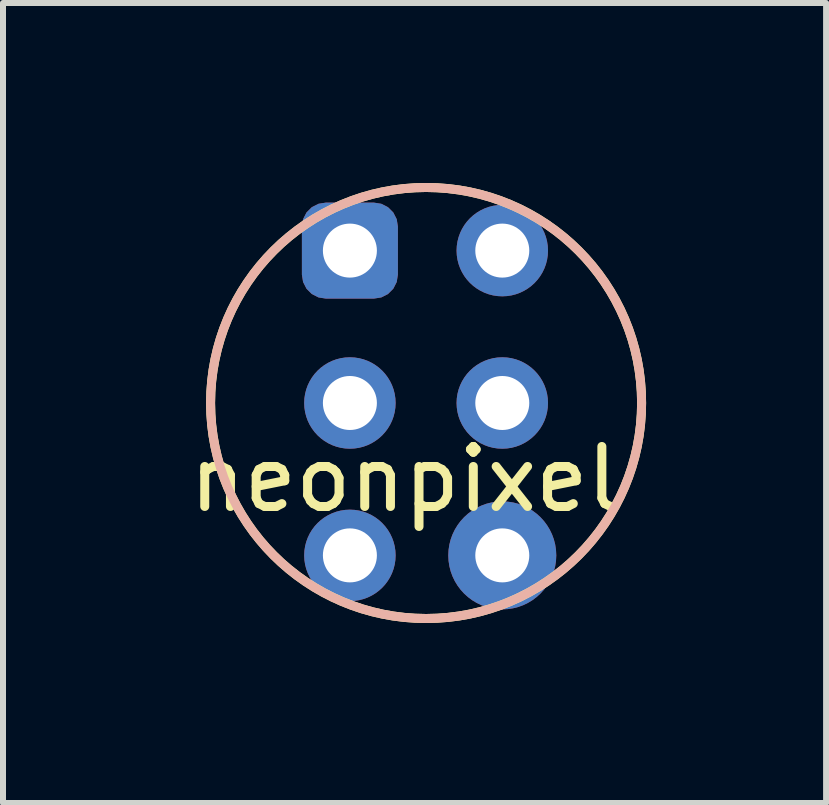
<source format=kicad_pcb>
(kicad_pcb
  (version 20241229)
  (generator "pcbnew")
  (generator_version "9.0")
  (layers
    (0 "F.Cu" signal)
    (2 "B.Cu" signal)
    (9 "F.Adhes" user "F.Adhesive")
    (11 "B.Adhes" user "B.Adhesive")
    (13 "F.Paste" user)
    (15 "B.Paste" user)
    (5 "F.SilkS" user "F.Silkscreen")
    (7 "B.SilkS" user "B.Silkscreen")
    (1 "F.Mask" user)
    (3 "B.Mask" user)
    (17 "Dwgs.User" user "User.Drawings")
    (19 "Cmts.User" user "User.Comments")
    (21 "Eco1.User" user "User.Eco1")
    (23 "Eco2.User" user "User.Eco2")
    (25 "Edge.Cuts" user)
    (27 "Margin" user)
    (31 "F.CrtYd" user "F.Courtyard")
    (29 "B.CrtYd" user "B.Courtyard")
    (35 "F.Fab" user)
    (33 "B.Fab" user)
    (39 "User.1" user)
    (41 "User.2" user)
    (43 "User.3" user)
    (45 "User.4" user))
  (footprint "neonpixel"
    (layer "F.Cu")
    (at 4.052 3.667)
    (property "Reference" "neonpixel" (at -0.356 1.27 0) (layer "F.SilkS") (effects (font (size 1 1) (thickness 0.15))))
    (attr through_hole)
    (fp_circle (center 0 0) (end 2.54 2.54) (stroke (width 0.15) (type solid)) (fill no) (layer "F.SilkS"))
    (fp_circle (center 0 0) (end 2.54 2.54) (stroke (width 0.15) (type solid)) (fill no) (layer "B.SilkS"))
    (pad "1" thru_hole roundrect (at -1.27 -2.54) (size 1.6 1.6) (drill 0.9) (layers "*.Cu" "*.Mask") (roundrect_rratio 0.25))
    (pad "2" thru_hole circle (at -1.27 0) (size 1.524 1.524) (drill 0.9) (layers "*.Cu" "*.Mask"))
    (pad "3" thru_hole circle (at -1.27 2.54) (size 1.524 1.524) (drill 0.9) (layers "*.Cu" "*.Mask"))
    (pad "4" thru_hole circle (at 1.27 2.54) (size 1.8 1.8) (drill 0.9) (layers "*.Cu" "*.Mask"))
    (pad "5" thru_hole circle (at 1.27 0) (size 1.524 1.524) (drill 0.9) (layers "*.Cu" "*.Mask"))
    (pad "6" thru_hole circle (at 1.27 -2.54) (size 1.524 1.524) (drill 0.9) (layers "*.Cu" "*.Mask")))
  (gr_rect
    (start -3 -3)
    (end 10.719 10.334)
    (stroke (width 0.1) (type default))
    (fill no)
    (layer "Edge.Cuts")))
</source>
